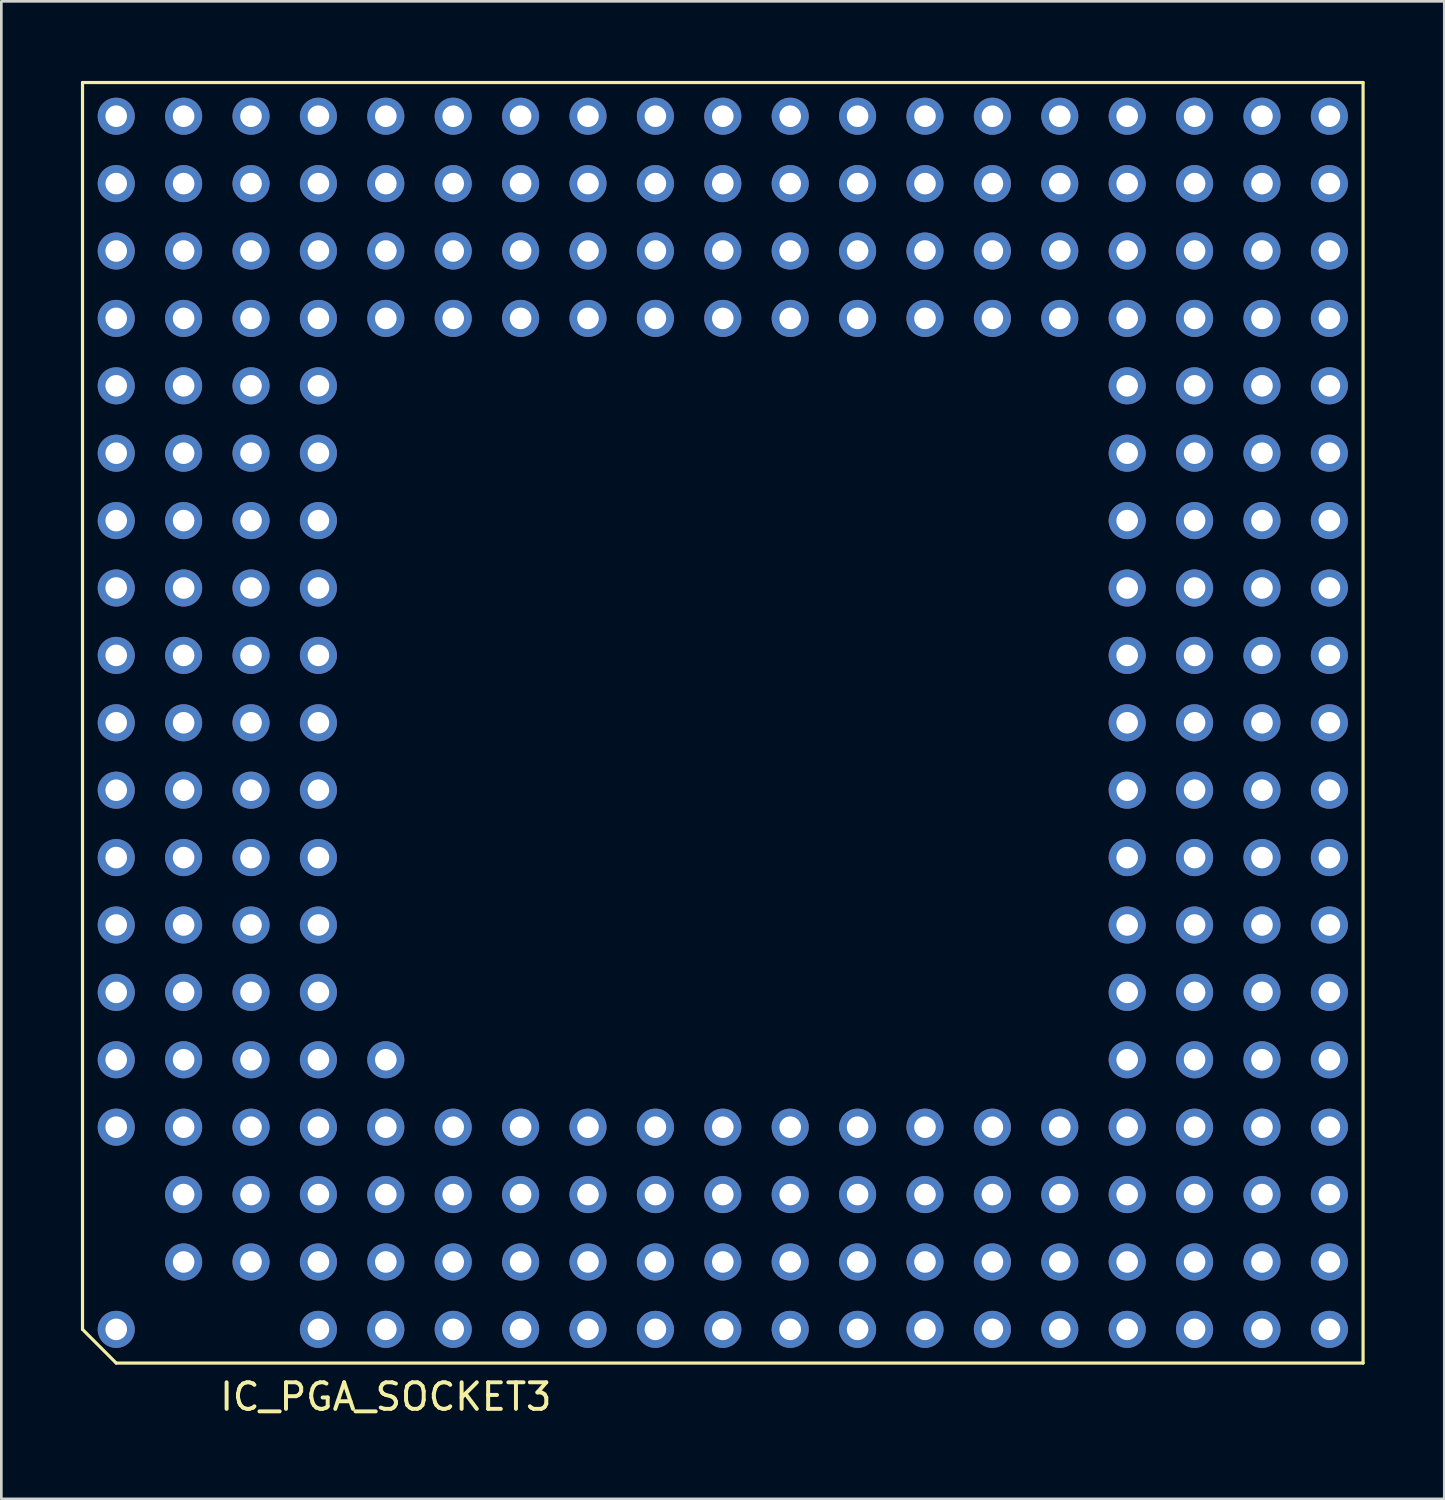
<source format=kicad_pcb>
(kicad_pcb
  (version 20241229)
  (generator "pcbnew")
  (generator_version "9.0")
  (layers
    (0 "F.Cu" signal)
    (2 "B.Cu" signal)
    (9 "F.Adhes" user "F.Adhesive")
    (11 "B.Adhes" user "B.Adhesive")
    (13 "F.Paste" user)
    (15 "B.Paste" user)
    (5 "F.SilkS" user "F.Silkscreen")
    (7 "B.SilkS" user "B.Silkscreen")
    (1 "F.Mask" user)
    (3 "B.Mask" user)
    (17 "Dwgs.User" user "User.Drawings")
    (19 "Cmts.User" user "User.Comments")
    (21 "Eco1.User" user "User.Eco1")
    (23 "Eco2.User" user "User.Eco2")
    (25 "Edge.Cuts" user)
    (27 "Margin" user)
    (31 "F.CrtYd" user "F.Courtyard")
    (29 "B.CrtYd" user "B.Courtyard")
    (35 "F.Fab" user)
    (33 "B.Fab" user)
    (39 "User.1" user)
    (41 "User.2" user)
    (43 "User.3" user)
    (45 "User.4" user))
  (footprint "IC_PGA_SOCKET3"
    (layer "F.Cu")
    (at 24.19 24.19)
    (property "Reference" "IC_PGA_SOCKET3" (at -12.7 25.4 0) (layer "F.SilkS") (effects (font (size 1 1) (thickness 0.15))))
    (attr through_hole)
    (fp_line (start -24.13 -24.13) (end 24.13 -24.13) (stroke (width 0.12) (type solid)) (layer "F.SilkS"))
    (fp_line (start -24.13 22.86) (end -24.13 -24.13) (stroke (width 0.12) (type solid)) (layer "F.SilkS"))
    (fp_line (start -22.86 24.13) (end -24.13 22.86) (stroke (width 0.12) (type solid)) (layer "F.SilkS"))
    (fp_line (start 24.13 -24.13) (end 24.13 24.13) (stroke (width 0.12) (type solid)) (layer "F.SilkS"))
    (fp_line (start 24.13 24.13) (end -22.86 24.13) (stroke (width 0.12) (type solid)) (layer "F.SilkS"))
    (pad "A1" thru_hole circle (at -22.86 22.86 270) (size 1.397 1.397) (drill 0.813) (layers "*.Cu" "*.Mask"))
    (pad "A4" thru_hole circle (at -22.86 15.24 270) (size 1.397 1.397) (drill 0.813) (layers "*.Cu" "*.Mask"))
    (pad "A5" thru_hole circle (at -22.86 12.7 270) (size 1.397 1.397) (drill 0.813) (layers "*.Cu" "*.Mask"))
    (pad "A6" thru_hole circle (at -22.86 10.16 270) (size 1.397 1.397) (drill 0.813) (layers "*.Cu" "*.Mask"))
    (pad "A7" thru_hole circle (at -22.86 7.62 270) (size 1.397 1.397) (drill 0.813) (layers "*.Cu" "*.Mask"))
    (pad "A8" thru_hole circle (at -22.86 5.08 270) (size 1.397 1.397) (drill 0.813) (layers "*.Cu" "*.Mask"))
    (pad "A9" thru_hole circle (at -22.86 2.54 270) (size 1.397 1.397) (drill 0.813) (layers "*.Cu" "*.Mask"))
    (pad "A10" thru_hole circle (at -22.86 0 270) (size 1.397 1.397) (drill 0.813) (layers "*.Cu" "*.Mask"))
    (pad "A11" thru_hole circle (at -22.86 -2.54 270) (size 1.397 1.397) (drill 0.813) (layers "*.Cu" "*.Mask"))
    (pad "A12" thru_hole circle (at -22.86 -5.08 270) (size 1.397 1.397) (drill 0.813) (layers "*.Cu" "*.Mask"))
    (pad "A13" thru_hole circle (at -22.86 -7.62 270) (size 1.397 1.397) (drill 0.813) (layers "*.Cu" "*.Mask"))
    (pad "A14" thru_hole circle (at -22.86 -10.16 270) (size 1.397 1.397) (drill 0.813) (layers "*.Cu" "*.Mask"))
    (pad "A15" thru_hole circle (at -22.86 -12.7 270) (size 1.397 1.397) (drill 0.813) (layers "*.Cu" "*.Mask"))
    (pad "A16" thru_hole circle (at -22.86 -15.24 270) (size 1.397 1.397) (drill 0.813) (layers "*.Cu" "*.Mask"))
    (pad "A17" thru_hole circle (at -22.86 -17.78 270) (size 1.397 1.397) (drill 0.813) (layers "*.Cu" "*.Mask"))
    (pad "A18" thru_hole circle (at -22.86 -20.32 270) (size 1.397 1.397) (drill 0.813) (layers "*.Cu" "*.Mask"))
    (pad "A19" thru_hole circle (at -22.86 -22.86 270) (size 1.397 1.397) (drill 0.813) (layers "*.Cu" "*.Mask"))
    (pad "B2" thru_hole circle (at -20.32 20.32 270) (size 1.397 1.397) (drill 0.813) (layers "*.Cu" "*.Mask"))
    (pad "B3" thru_hole circle (at -20.32 17.78 270) (size 1.397 1.397) (drill 0.813) (layers "*.Cu" "*.Mask"))
    (pad "B4" thru_hole circle (at -20.32 15.24 270) (size 1.397 1.397) (drill 0.813) (layers "*.Cu" "*.Mask"))
    (pad "B5" thru_hole circle (at -20.32 12.7 270) (size 1.397 1.397) (drill 0.813) (layers "*.Cu" "*.Mask"))
    (pad "B6" thru_hole circle (at -20.32 10.16 270) (size 1.397 1.397) (drill 0.813) (layers "*.Cu" "*.Mask"))
    (pad "B7" thru_hole circle (at -20.32 7.62 270) (size 1.397 1.397) (drill 0.813) (layers "*.Cu" "*.Mask"))
    (pad "B8" thru_hole circle (at -20.32 5.08 270) (size 1.397 1.397) (drill 0.813) (layers "*.Cu" "*.Mask"))
    (pad "B9" thru_hole circle (at -20.32 2.54 270) (size 1.397 1.397) (drill 0.813) (layers "*.Cu" "*.Mask"))
    (pad "B10" thru_hole circle (at -20.32 0 270) (size 1.397 1.397) (drill 0.813) (layers "*.Cu" "*.Mask"))
    (pad "B11" thru_hole circle (at -20.32 -2.54 270) (size 1.397 1.397) (drill 0.813) (layers "*.Cu" "*.Mask"))
    (pad "B12" thru_hole circle (at -20.32 -5.08 270) (size 1.397 1.397) (drill 0.813) (layers "*.Cu" "*.Mask"))
    (pad "B13" thru_hole circle (at -20.32 -7.62 270) (size 1.397 1.397) (drill 0.813) (layers "*.Cu" "*.Mask"))
    (pad "B14" thru_hole circle (at -20.32 -10.16 270) (size 1.397 1.397) (drill 0.813) (layers "*.Cu" "*.Mask"))
    (pad "B15" thru_hole circle (at -20.32 -12.7 270) (size 1.397 1.397) (drill 0.813) (layers "*.Cu" "*.Mask"))
    (pad "B16" thru_hole circle (at -20.32 -15.24 270) (size 1.397 1.397) (drill 0.813) (layers "*.Cu" "*.Mask"))
    (pad "B17" thru_hole circle (at -20.32 -17.78 270) (size 1.397 1.397) (drill 0.813) (layers "*.Cu" "*.Mask"))
    (pad "B18" thru_hole circle (at -20.32 -20.32 270) (size 1.397 1.397) (drill 0.813) (layers "*.Cu" "*.Mask"))
    (pad "B19" thru_hole circle (at -20.32 -22.86 270) (size 1.397 1.397) (drill 0.813) (layers "*.Cu" "*.Mask"))
    (pad "C2" thru_hole circle (at -17.78 20.32 270) (size 1.397 1.397) (drill 0.813) (layers "*.Cu" "*.Mask"))
    (pad "C3" thru_hole circle (at -17.78 17.78 270) (size 1.397 1.397) (drill 0.813) (layers "*.Cu" "*.Mask"))
    (pad "C4" thru_hole circle (at -17.78 15.24 270) (size 1.397 1.397) (drill 0.813) (layers "*.Cu" "*.Mask"))
    (pad "C5" thru_hole circle (at -17.78 12.7 270) (size 1.397 1.397) (drill 0.813) (layers "*.Cu" "*.Mask"))
    (pad "C6" thru_hole circle (at -17.78 10.16 270) (size 1.397 1.397) (drill 0.813) (layers "*.Cu" "*.Mask"))
    (pad "C7" thru_hole circle (at -17.78 7.62 270) (size 1.397 1.397) (drill 0.813) (layers "*.Cu" "*.Mask"))
    (pad "C8" thru_hole circle (at -17.78 5.08 270) (size 1.397 1.397) (drill 0.813) (layers "*.Cu" "*.Mask"))
    (pad "C9" thru_hole circle (at -17.78 2.54 270) (size 1.397 1.397) (drill 0.813) (layers "*.Cu" "*.Mask"))
    (pad "C10" thru_hole circle (at -17.78 0 270) (size 1.397 1.397) (drill 0.813) (layers "*.Cu" "*.Mask"))
    (pad "C11" thru_hole circle (at -17.78 -2.54 270) (size 1.397 1.397) (drill 0.813) (layers "*.Cu" "*.Mask"))
    (pad "C12" thru_hole circle (at -17.78 -5.08 270) (size 1.397 1.397) (drill 0.813) (layers "*.Cu" "*.Mask"))
    (pad "C13" thru_hole circle (at -17.78 -7.62 270) (size 1.397 1.397) (drill 0.813) (layers "*.Cu" "*.Mask"))
    (pad "C14" thru_hole circle (at -17.78 -10.16 270) (size 1.397 1.397) (drill 0.813) (layers "*.Cu" "*.Mask"))
    (pad "C15" thru_hole circle (at -17.78 -12.7 270) (size 1.397 1.397) (drill 0.813) (layers "*.Cu" "*.Mask"))
    (pad "C16" thru_hole circle (at -17.78 -15.24 270) (size 1.397 1.397) (drill 0.813) (layers "*.Cu" "*.Mask"))
    (pad "C17" thru_hole circle (at -17.78 -17.78 270) (size 1.397 1.397) (drill 0.813) (layers "*.Cu" "*.Mask"))
    (pad "C18" thru_hole circle (at -17.78 -20.32 270) (size 1.397 1.397) (drill 0.813) (layers "*.Cu" "*.Mask"))
    (pad "C19" thru_hole circle (at -17.78 -22.86 270) (size 1.397 1.397) (drill 0.813) (layers "*.Cu" "*.Mask"))
    (pad "D1" thru_hole circle (at -15.24 22.86 270) (size 1.397 1.397) (drill 0.813) (layers "*.Cu" "*.Mask"))
    (pad "D2" thru_hole circle (at -15.24 20.32 270) (size 1.397 1.397) (drill 0.813) (layers "*.Cu" "*.Mask"))
    (pad "D3" thru_hole circle (at -15.24 17.78 270) (size 1.397 1.397) (drill 0.813) (layers "*.Cu" "*.Mask"))
    (pad "D4" thru_hole circle (at -15.24 15.24 270) (size 1.397 1.397) (drill 0.813) (layers "*.Cu" "*.Mask"))
    (pad "D5" thru_hole circle (at -15.24 12.7 270) (size 1.397 1.397) (drill 0.813) (layers "*.Cu" "*.Mask"))
    (pad "D6" thru_hole circle (at -15.24 10.16 270) (size 1.397 1.397) (drill 0.813) (layers "*.Cu" "*.Mask"))
    (pad "D7" thru_hole circle (at -15.24 7.62 270) (size 1.397 1.397) (drill 0.813) (layers "*.Cu" "*.Mask"))
    (pad "D8" thru_hole circle (at -15.24 5.08 270) (size 1.397 1.397) (drill 0.813) (layers "*.Cu" "*.Mask"))
    (pad "D9" thru_hole circle (at -15.24 2.54 270) (size 1.397 1.397) (drill 0.813) (layers "*.Cu" "*.Mask"))
    (pad "D10" thru_hole circle (at -15.24 0 270) (size 1.397 1.397) (drill 0.813) (layers "*.Cu" "*.Mask"))
    (pad "D11" thru_hole circle (at -15.24 -2.54 270) (size 1.397 1.397) (drill 0.813) (layers "*.Cu" "*.Mask"))
    (pad "D12" thru_hole circle (at -15.24 -5.08 270) (size 1.397 1.397) (drill 0.813) (layers "*.Cu" "*.Mask"))
    (pad "D13" thru_hole circle (at -15.24 -7.62 270) (size 1.397 1.397) (drill 0.813) (layers "*.Cu" "*.Mask"))
    (pad "D14" thru_hole circle (at -15.24 -10.16 270) (size 1.397 1.397) (drill 0.813) (layers "*.Cu" "*.Mask"))
    (pad "D15" thru_hole circle (at -15.24 -12.7 270) (size 1.397 1.397) (drill 0.813) (layers "*.Cu" "*.Mask"))
    (pad "D16" thru_hole circle (at -15.24 -15.24 270) (size 1.397 1.397) (drill 0.813) (layers "*.Cu" "*.Mask"))
    (pad "D17" thru_hole circle (at -15.24 -17.78 270) (size 1.397 1.397) (drill 0.813) (layers "*.Cu" "*.Mask"))
    (pad "D18" thru_hole circle (at -15.24 -20.32 270) (size 1.397 1.397) (drill 0.813) (layers "*.Cu" "*.Mask"))
    (pad "D19" thru_hole circle (at -15.24 -22.86 270) (size 1.397 1.397) (drill 0.813) (layers "*.Cu" "*.Mask"))
    (pad "E1" thru_hole circle (at -12.7 22.86 270) (size 1.397 1.397) (drill 0.813) (layers "*.Cu" "*.Mask"))
    (pad "E2" thru_hole circle (at -12.7 20.32 270) (size 1.397 1.397) (drill 0.813) (layers "*.Cu" "*.Mask"))
    (pad "E3" thru_hole circle (at -12.7 17.78 270) (size 1.397 1.397) (drill 0.813) (layers "*.Cu" "*.Mask"))
    (pad "E4" thru_hole circle (at -12.7 15.24 270) (size 1.397 1.397) (drill 0.813) (layers "*.Cu" "*.Mask"))
    (pad "E5" thru_hole circle (at -12.7 12.7 270) (size 1.397 1.397) (drill 0.813) (layers "*.Cu" "*.Mask"))
    (pad "E16" thru_hole circle (at -12.7 -15.24 270) (size 1.397 1.397) (drill 0.813) (layers "*.Cu" "*.Mask"))
    (pad "E17" thru_hole circle (at -12.7 -17.78 270) (size 1.397 1.397) (drill 0.813) (layers "*.Cu" "*.Mask"))
    (pad "E18" thru_hole circle (at -12.7 -20.32 270) (size 1.397 1.397) (drill 0.813) (layers "*.Cu" "*.Mask"))
    (pad "E19" thru_hole circle (at -12.7 -22.86 270) (size 1.397 1.397) (drill 0.813) (layers "*.Cu" "*.Mask"))
    (pad "F1" thru_hole circle (at -10.16 22.86 270) (size 1.397 1.397) (drill 0.813) (layers "*.Cu" "*.Mask"))
    (pad "F2" thru_hole circle (at -10.16 20.32 270) (size 1.397 1.397) (drill 0.813) (layers "*.Cu" "*.Mask"))
    (pad "F3" thru_hole circle (at -10.16 17.78 270) (size 1.397 1.397) (drill 0.813) (layers "*.Cu" "*.Mask"))
    (pad "F4" thru_hole circle (at -10.16 15.24 270) (size 1.397 1.397) (drill 0.813) (layers "*.Cu" "*.Mask"))
    (pad "F16" thru_hole circle (at -10.16 -15.24 270) (size 1.397 1.397) (drill 0.813) (layers "*.Cu" "*.Mask"))
    (pad "F17" thru_hole circle (at -10.16 -17.78 270) (size 1.397 1.397) (drill 0.813) (layers "*.Cu" "*.Mask"))
    (pad "F18" thru_hole circle (at -10.16 -20.32 270) (size 1.397 1.397) (drill 0.813) (layers "*.Cu" "*.Mask"))
    (pad "F19" thru_hole circle (at -10.16 -22.86 270) (size 1.397 1.397) (drill 0.813) (layers "*.Cu" "*.Mask"))
    (pad "G1" thru_hole circle (at -7.62 22.86 270) (size 1.397 1.397) (drill 0.813) (layers "*.Cu" "*.Mask"))
    (pad "G2" thru_hole circle (at -7.62 20.32 270) (size 1.397 1.397) (drill 0.813) (layers "*.Cu" "*.Mask"))
    (pad "G3" thru_hole circle (at -7.62 17.78 270) (size 1.397 1.397) (drill 0.813) (layers "*.Cu" "*.Mask"))
    (pad "G4" thru_hole circle (at -7.62 15.24 270) (size 1.397 1.397) (drill 0.813) (layers "*.Cu" "*.Mask"))
    (pad "G16" thru_hole circle (at -7.62 -15.24 270) (size 1.397 1.397) (drill 0.813) (layers "*.Cu" "*.Mask"))
    (pad "G17" thru_hole circle (at -7.62 -17.78 270) (size 1.397 1.397) (drill 0.813) (layers "*.Cu" "*.Mask"))
    (pad "G18" thru_hole circle (at -7.62 -20.32 270) (size 1.397 1.397) (drill 0.813) (layers "*.Cu" "*.Mask"))
    (pad "G19" thru_hole circle (at -7.62 -22.86 270) (size 1.397 1.397) (drill 0.813) (layers "*.Cu" "*.Mask"))
    (pad "H1" thru_hole circle (at -5.08 22.86 270) (size 1.397 1.397) (drill 0.813) (layers "*.Cu" "*.Mask"))
    (pad "H2" thru_hole circle (at -5.08 20.32 270) (size 1.397 1.397) (drill 0.813) (layers "*.Cu" "*.Mask"))
    (pad "H3" thru_hole circle (at -5.08 17.78 270) (size 1.397 1.397) (drill 0.813) (layers "*.Cu" "*.Mask"))
    (pad "H4" thru_hole circle (at -5.08 15.24 270) (size 1.397 1.397) (drill 0.813) (layers "*.Cu" "*.Mask"))
    (pad "H16" thru_hole circle (at -5.08 -15.24 270) (size 1.397 1.397) (drill 0.813) (layers "*.Cu" "*.Mask"))
    (pad "H17" thru_hole circle (at -5.08 -17.78 270) (size 1.397 1.397) (drill 0.813) (layers "*.Cu" "*.Mask"))
    (pad "H18" thru_hole circle (at -5.08 -20.32 270) (size 1.397 1.397) (drill 0.813) (layers "*.Cu" "*.Mask"))
    (pad "H19" thru_hole circle (at -5.08 -22.86 270) (size 1.397 1.397) (drill 0.813) (layers "*.Cu" "*.Mask"))
    (pad "J1" thru_hole circle (at -2.54 22.86 270) (size 1.397 1.397) (drill 0.813) (layers "*.Cu" "*.Mask"))
    (pad "J2" thru_hole circle (at -2.54 20.32 270) (size 1.397 1.397) (drill 0.813) (layers "*.Cu" "*.Mask"))
    (pad "J3" thru_hole circle (at -2.54 17.78 270) (size 1.397 1.397) (drill 0.813) (layers "*.Cu" "*.Mask"))
    (pad "J4" thru_hole circle (at -2.54 15.24 270) (size 1.397 1.397) (drill 0.813) (layers "*.Cu" "*.Mask"))
    (pad "J16" thru_hole circle (at -2.54 -15.24 270) (size 1.397 1.397) (drill 0.813) (layers "*.Cu" "*.Mask"))
    (pad "J17" thru_hole circle (at -2.54 -17.78 270) (size 1.397 1.397) (drill 0.813) (layers "*.Cu" "*.Mask"))
    (pad "J18" thru_hole circle (at -2.54 -20.32 270) (size 1.397 1.397) (drill 0.813) (layers "*.Cu" "*.Mask"))
    (pad "J19" thru_hole circle (at -2.54 -22.86 270) (size 1.397 1.397) (drill 0.813) (layers "*.Cu" "*.Mask"))
    (pad "K1" thru_hole circle (at 0 22.86 270) (size 1.397 1.397) (drill 0.813) (layers "*.Cu" "*.Mask"))
    (pad "K2" thru_hole circle (at 0 20.32 270) (size 1.397 1.397) (drill 0.813) (layers "*.Cu" "*.Mask"))
    (pad "K3" thru_hole circle (at 0 17.78 270) (size 1.397 1.397) (drill 0.813) (layers "*.Cu" "*.Mask"))
    (pad "K4" thru_hole circle (at 0 15.24 270) (size 1.397 1.397) (drill 0.813) (layers "*.Cu" "*.Mask"))
    (pad "K16" thru_hole circle (at 0 -15.24 270) (size 1.397 1.397) (drill 0.813) (layers "*.Cu" "*.Mask"))
    (pad "K17" thru_hole circle (at 0 -17.78 270) (size 1.397 1.397) (drill 0.813) (layers "*.Cu" "*.Mask"))
    (pad "K18" thru_hole circle (at 0 -20.32 270) (size 1.397 1.397) (drill 0.813) (layers "*.Cu" "*.Mask"))
    (pad "K19" thru_hole circle (at 0 -22.86 270) (size 1.397 1.397) (drill 0.813) (layers "*.Cu" "*.Mask"))
    (pad "L1" thru_hole circle (at 2.54 22.86 270) (size 1.397 1.397) (drill 0.813) (layers "*.Cu" "*.Mask"))
    (pad "L2" thru_hole circle (at 2.54 20.32 270) (size 1.397 1.397) (drill 0.813) (layers "*.Cu" "*.Mask"))
    (pad "L3" thru_hole circle (at 2.54 17.78 270) (size 1.397 1.397) (drill 0.813) (layers "*.Cu" "*.Mask"))
    (pad "L4" thru_hole circle (at 2.54 15.24 270) (size 1.397 1.397) (drill 0.813) (layers "*.Cu" "*.Mask"))
    (pad "L16" thru_hole circle (at 2.54 -15.24 270) (size 1.397 1.397) (drill 0.813) (layers "*.Cu" "*.Mask"))
    (pad "L17" thru_hole circle (at 2.54 -17.78 270) (size 1.397 1.397) (drill 0.813) (layers "*.Cu" "*.Mask"))
    (pad "L18" thru_hole circle (at 2.54 -20.32 270) (size 1.397 1.397) (drill 0.813) (layers "*.Cu" "*.Mask"))
    (pad "L19" thru_hole circle (at 2.54 -22.86 270) (size 1.397 1.397) (drill 0.813) (layers "*.Cu" "*.Mask"))
    (pad "M1" thru_hole circle (at 5.08 22.86 270) (size 1.397 1.397) (drill 0.813) (layers "*.Cu" "*.Mask"))
    (pad "M2" thru_hole circle (at 5.08 20.32 270) (size 1.397 1.397) (drill 0.813) (layers "*.Cu" "*.Mask"))
    (pad "M3" thru_hole circle (at 5.08 17.78 270) (size 1.397 1.397) (drill 0.813) (layers "*.Cu" "*.Mask"))
    (pad "M4" thru_hole circle (at 5.08 15.24 270) (size 1.397 1.397) (drill 0.813) (layers "*.Cu" "*.Mask"))
    (pad "M16" thru_hole circle (at 5.08 -15.24 270) (size 1.397 1.397) (drill 0.813) (layers "*.Cu" "*.Mask"))
    (pad "M17" thru_hole circle (at 5.08 -17.78 270) (size 1.397 1.397) (drill 0.813) (layers "*.Cu" "*.Mask"))
    (pad "M18" thru_hole circle (at 5.08 -20.32 270) (size 1.397 1.397) (drill 0.813) (layers "*.Cu" "*.Mask"))
    (pad "M19" thru_hole circle (at 5.08 -22.86 270) (size 1.397 1.397) (drill 0.813) (layers "*.Cu" "*.Mask"))
    (pad "N1" thru_hole circle (at 7.62 22.86 270) (size 1.397 1.397) (drill 0.813) (layers "*.Cu" "*.Mask"))
    (pad "N2" thru_hole circle (at 7.62 20.32 270) (size 1.397 1.397) (drill 0.813) (layers "*.Cu" "*.Mask"))
    (pad "N3" thru_hole circle (at 7.62 17.78 270) (size 1.397 1.397) (drill 0.813) (layers "*.Cu" "*.Mask"))
    (pad "N4" thru_hole circle (at 7.62 15.24 270) (size 1.397 1.397) (drill 0.813) (layers "*.Cu" "*.Mask"))
    (pad "N16" thru_hole circle (at 7.62 -15.24 270) (size 1.397 1.397) (drill 0.813) (layers "*.Cu" "*.Mask"))
    (pad "N17" thru_hole circle (at 7.62 -17.78 270) (size 1.397 1.397) (drill 0.813) (layers "*.Cu" "*.Mask"))
    (pad "N18" thru_hole circle (at 7.62 -20.32 270) (size 1.397 1.397) (drill 0.813) (layers "*.Cu" "*.Mask"))
    (pad "N19" thru_hole circle (at 7.62 -22.86 270) (size 1.397 1.397) (drill 0.813) (layers "*.Cu" "*.Mask"))
    (pad "P1" thru_hole circle (at 10.16 22.86 270) (size 1.397 1.397) (drill 0.813) (layers "*.Cu" "*.Mask"))
    (pad "P2" thru_hole circle (at 10.16 20.32 270) (size 1.397 1.397) (drill 0.813) (layers "*.Cu" "*.Mask"))
    (pad "P3" thru_hole circle (at 10.16 17.78 270) (size 1.397 1.397) (drill 0.813) (layers "*.Cu" "*.Mask"))
    (pad "P4" thru_hole circle (at 10.16 15.24 270) (size 1.397 1.397) (drill 0.813) (layers "*.Cu" "*.Mask"))
    (pad "P16" thru_hole circle (at 10.16 -15.24 270) (size 1.397 1.397) (drill 0.813) (layers "*.Cu" "*.Mask"))
    (pad "P17" thru_hole circle (at 10.16 -17.78 270) (size 1.397 1.397) (drill 0.813) (layers "*.Cu" "*.Mask"))
    (pad "P18" thru_hole circle (at 10.16 -20.32 270) (size 1.397 1.397) (drill 0.813) (layers "*.Cu" "*.Mask"))
    (pad "P19" thru_hole circle (at 10.16 -22.86 270) (size 1.397 1.397) (drill 0.813) (layers "*.Cu" "*.Mask"))
    (pad "Q1" thru_hole circle (at 12.7 22.86 270) (size 1.397 1.397) (drill 0.813) (layers "*.Cu" "*.Mask"))
    (pad "Q2" thru_hole circle (at 12.7 20.32 270) (size 1.397 1.397) (drill 0.813) (layers "*.Cu" "*.Mask"))
    (pad "Q3" thru_hole circle (at 12.7 17.78 270) (size 1.397 1.397) (drill 0.813) (layers "*.Cu" "*.Mask"))
    (pad "Q4" thru_hole circle (at 12.7 15.24 270) (size 1.397 1.397) (drill 0.813) (layers "*.Cu" "*.Mask"))
    (pad "Q16" thru_hole circle (at 12.7 -15.24 270) (size 1.397 1.397) (drill 0.813) (layers "*.Cu" "*.Mask"))
    (pad "Q17" thru_hole circle (at 12.7 -17.78 270) (size 1.397 1.397) (drill 0.813) (layers "*.Cu" "*.Mask"))
    (pad "Q18" thru_hole circle (at 12.7 -20.32 270) (size 1.397 1.397) (drill 0.813) (layers "*.Cu" "*.Mask"))
    (pad "Q19" thru_hole circle (at 12.7 -22.86 270) (size 1.397 1.397) (drill 0.813) (layers "*.Cu" "*.Mask"))
    (pad "R1" thru_hole circle (at 15.24 22.86 270) (size 1.397 1.397) (drill 0.813) (layers "*.Cu" "*.Mask"))
    (pad "R2" thru_hole circle (at 15.24 20.32 270) (size 1.397 1.397) (drill 0.813) (layers "*.Cu" "*.Mask"))
    (pad "R3" thru_hole circle (at 15.24 17.78 270) (size 1.397 1.397) (drill 0.813) (layers "*.Cu" "*.Mask"))
    (pad "R4" thru_hole circle (at 15.24 15.24 270) (size 1.397 1.397) (drill 0.813) (layers "*.Cu" "*.Mask"))
    (pad "R5" thru_hole circle (at 15.24 12.7 270) (size 1.397 1.397) (drill 0.813) (layers "*.Cu" "*.Mask"))
    (pad "R6" thru_hole circle (at 15.24 10.16 270) (size 1.397 1.397) (drill 0.813) (layers "*.Cu" "*.Mask"))
    (pad "R7" thru_hole circle (at 15.24 7.62 270) (size 1.397 1.397) (drill 0.813) (layers "*.Cu" "*.Mask"))
    (pad "R8" thru_hole circle (at 15.24 5.08 270) (size 1.397 1.397) (drill 0.813) (layers "*.Cu" "*.Mask"))
    (pad "R9" thru_hole circle (at 15.24 2.54 270) (size 1.397 1.397) (drill 0.813) (layers "*.Cu" "*.Mask"))
    (pad "R10" thru_hole circle (at 15.24 0 270) (size 1.397 1.397) (drill 0.813) (layers "*.Cu" "*.Mask"))
    (pad "R11" thru_hole circle (at 15.24 -2.54 270) (size 1.397 1.397) (drill 0.813) (layers "*.Cu" "*.Mask"))
    (pad "R12" thru_hole circle (at 15.24 -5.08 270) (size 1.397 1.397) (drill 0.813) (layers "*.Cu" "*.Mask"))
    (pad "R13" thru_hole circle (at 15.24 -7.62 270) (size 1.397 1.397) (drill 0.813) (layers "*.Cu" "*.Mask"))
    (pad "R14" thru_hole circle (at 15.24 -10.16 270) (size 1.397 1.397) (drill 0.813) (layers "*.Cu" "*.Mask"))
    (pad "R15" thru_hole circle (at 15.24 -12.7 270) (size 1.397 1.397) (drill 0.813) (layers "*.Cu" "*.Mask"))
    (pad "R16" thru_hole circle (at 15.24 -15.24 270) (size 1.397 1.397) (drill 0.813) (layers "*.Cu" "*.Mask"))
    (pad "R17" thru_hole circle (at 15.24 -17.78 270) (size 1.397 1.397) (drill 0.813) (layers "*.Cu" "*.Mask"))
    (pad "R18" thru_hole circle (at 15.24 -20.32 270) (size 1.397 1.397) (drill 0.813) (layers "*.Cu" "*.Mask"))
    (pad "R19" thru_hole circle (at 15.24 -22.86 270) (size 1.397 1.397) (drill 0.813) (layers "*.Cu" "*.Mask"))
    (pad "S1" thru_hole circle (at 17.78 22.86 270) (size 1.397 1.397) (drill 0.813) (layers "*.Cu" "*.Mask"))
    (pad "S2" thru_hole circle (at 17.78 20.32 270) (size 1.397 1.397) (drill 0.813) (layers "*.Cu" "*.Mask"))
    (pad "S3" thru_hole circle (at 17.78 17.78 270) (size 1.397 1.397) (drill 0.813) (layers "*.Cu" "*.Mask"))
    (pad "S4" thru_hole circle (at 17.78 15.24 270) (size 1.397 1.397) (drill 0.813) (layers "*.Cu" "*.Mask"))
    (pad "S5" thru_hole circle (at 17.78 12.7 270) (size 1.397 1.397) (drill 0.813) (layers "*.Cu" "*.Mask"))
    (pad "S6" thru_hole circle (at 17.78 10.16 270) (size 1.397 1.397) (drill 0.813) (layers "*.Cu" "*.Mask"))
    (pad "S7" thru_hole circle (at 17.78 7.62 270) (size 1.397 1.397) (drill 0.813) (layers "*.Cu" "*.Mask"))
    (pad "S8" thru_hole circle (at 17.78 5.08 270) (size 1.397 1.397) (drill 0.813) (layers "*.Cu" "*.Mask"))
    (pad "S9" thru_hole circle (at 17.78 2.54 270) (size 1.397 1.397) (drill 0.813) (layers "*.Cu" "*.Mask"))
    (pad "S10" thru_hole circle (at 17.78 0 270) (size 1.397 1.397) (drill 0.813) (layers "*.Cu" "*.Mask"))
    (pad "S11" thru_hole circle (at 17.78 -2.54 270) (size 1.397 1.397) (drill 0.813) (layers "*.Cu" "*.Mask"))
    (pad "S12" thru_hole circle (at 17.78 -5.08 270) (size 1.397 1.397) (drill 0.813) (layers "*.Cu" "*.Mask"))
    (pad "S13" thru_hole circle (at 17.78 -7.62 270) (size 1.397 1.397) (drill 0.813) (layers "*.Cu" "*.Mask"))
    (pad "S14" thru_hole circle (at 17.78 -10.16 270) (size 1.397 1.397) (drill 0.813) (layers "*.Cu" "*.Mask"))
    (pad "S15" thru_hole circle (at 17.78 -12.7 270) (size 1.397 1.397) (drill 0.813) (layers "*.Cu" "*.Mask"))
    (pad "S16" thru_hole circle (at 17.78 -15.24 270) (size 1.397 1.397) (drill 0.813) (layers "*.Cu" "*.Mask"))
    (pad "S17" thru_hole circle (at 17.78 -17.78 270) (size 1.397 1.397) (drill 0.813) (layers "*.Cu" "*.Mask"))
    (pad "S18" thru_hole circle (at 17.78 -20.32 270) (size 1.397 1.397) (drill 0.813) (layers "*.Cu" "*.Mask"))
    (pad "S19" thru_hole circle (at 17.78 -22.86 270) (size 1.397 1.397) (drill 0.813) (layers "*.Cu" "*.Mask"))
    (pad "T1" thru_hole circle (at 20.32 22.86 270) (size 1.397 1.397) (drill 0.813) (layers "*.Cu" "*.Mask"))
    (pad "T2" thru_hole circle (at 20.32 20.32 270) (size 1.397 1.397) (drill 0.813) (layers "*.Cu" "*.Mask"))
    (pad "T3" thru_hole circle (at 20.32 17.78 270) (size 1.397 1.397) (drill 0.813) (layers "*.Cu" "*.Mask"))
    (pad "T4" thru_hole circle (at 20.32 15.24 270) (size 1.397 1.397) (drill 0.813) (layers "*.Cu" "*.Mask"))
    (pad "T5" thru_hole circle (at 20.32 12.7 270) (size 1.397 1.397) (drill 0.813) (layers "*.Cu" "*.Mask"))
    (pad "T6" thru_hole circle (at 20.32 10.16 270) (size 1.397 1.397) (drill 0.813) (layers "*.Cu" "*.Mask"))
    (pad "T7" thru_hole circle (at 20.32 7.62 270) (size 1.397 1.397) (drill 0.813) (layers "*.Cu" "*.Mask"))
    (pad "T8" thru_hole circle (at 20.32 5.08 270) (size 1.397 1.397) (drill 0.813) (layers "*.Cu" "*.Mask"))
    (pad "T9" thru_hole circle (at 20.32 2.54 270) (size 1.397 1.397) (drill 0.813) (layers "*.Cu" "*.Mask"))
    (pad "T10" thru_hole circle (at 20.32 0 270) (size 1.397 1.397) (drill 0.813) (layers "*.Cu" "*.Mask"))
    (pad "T11" thru_hole circle (at 20.32 -2.54 270) (size 1.397 1.397) (drill 0.813) (layers "*.Cu" "*.Mask"))
    (pad "T12" thru_hole circle (at 20.32 -5.08 270) (size 1.397 1.397) (drill 0.813) (layers "*.Cu" "*.Mask"))
    (pad "T13" thru_hole circle (at 20.32 -7.62 270) (size 1.397 1.397) (drill 0.813) (layers "*.Cu" "*.Mask"))
    (pad "T14" thru_hole circle (at 20.32 -10.16 270) (size 1.397 1.397) (drill 0.813) (layers "*.Cu" "*.Mask"))
    (pad "T15" thru_hole circle (at 20.32 -12.7 270) (size 1.397 1.397) (drill 0.813) (layers "*.Cu" "*.Mask"))
    (pad "T16" thru_hole circle (at 20.32 -15.24 270) (size 1.397 1.397) (drill 0.813) (layers "*.Cu" "*.Mask"))
    (pad "T17" thru_hole circle (at 20.32 -17.78 270) (size 1.397 1.397) (drill 0.813) (layers "*.Cu" "*.Mask"))
    (pad "T18" thru_hole circle (at 20.32 -20.32 270) (size 1.397 1.397) (drill 0.813) (layers "*.Cu" "*.Mask"))
    (pad "T19" thru_hole circle (at 20.32 -22.86 270) (size 1.397 1.397) (drill 0.813) (layers "*.Cu" "*.Mask"))
    (pad "U1" thru_hole circle (at 22.86 22.86 270) (size 1.397 1.397) (drill 0.813) (layers "*.Cu" "*.Mask"))
    (pad "U2" thru_hole circle (at 22.86 20.32 270) (size 1.397 1.397) (drill 0.813) (layers "*.Cu" "*.Mask"))
    (pad "U3" thru_hole circle (at 22.86 17.78 270) (size 1.397 1.397) (drill 0.813) (layers "*.Cu" "*.Mask"))
    (pad "U4" thru_hole circle (at 22.86 15.24 270) (size 1.397 1.397) (drill 0.813) (layers "*.Cu" "*.Mask"))
    (pad "U5" thru_hole circle (at 22.86 12.7 270) (size 1.397 1.397) (drill 0.813) (layers "*.Cu" "*.Mask"))
    (pad "U6" thru_hole circle (at 22.86 10.16 270) (size 1.397 1.397) (drill 0.813) (layers "*.Cu" "*.Mask"))
    (pad "U7" thru_hole circle (at 22.86 7.62 270) (size 1.397 1.397) (drill 0.813) (layers "*.Cu" "*.Mask"))
    (pad "U8" thru_hole circle (at 22.86 5.08 270) (size 1.397 1.397) (drill 0.813) (layers "*.Cu" "*.Mask"))
    (pad "U9" thru_hole circle (at 22.86 2.54 270) (size 1.397 1.397) (drill 0.813) (layers "*.Cu" "*.Mask"))
    (pad "U10" thru_hole circle (at 22.86 0 270) (size 1.397 1.397) (drill 0.813) (layers "*.Cu" "*.Mask"))
    (pad "U11" thru_hole circle (at 22.86 -2.54 270) (size 1.397 1.397) (drill 0.813) (layers "*.Cu" "*.Mask"))
    (pad "U12" thru_hole circle (at 22.86 -5.08 270) (size 1.397 1.397) (drill 0.813) (layers "*.Cu" "*.Mask"))
    (pad "U13" thru_hole circle (at 22.86 -7.62 270) (size 1.397 1.397) (drill 0.813) (layers "*.Cu" "*.Mask"))
    (pad "U14" thru_hole circle (at 22.86 -10.16 270) (size 1.397 1.397) (drill 0.813) (layers "*.Cu" "*.Mask"))
    (pad "U15" thru_hole circle (at 22.86 -12.7 270) (size 1.397 1.397) (drill 0.813) (layers "*.Cu" "*.Mask"))
    (pad "U16" thru_hole circle (at 22.86 -15.24 270) (size 1.397 1.397) (drill 0.813) (layers "*.Cu" "*.Mask"))
    (pad "U17" thru_hole circle (at 22.86 -17.78 270) (size 1.397 1.397) (drill 0.813) (layers "*.Cu" "*.Mask"))
    (pad "U18" thru_hole circle (at 22.86 -20.32 270) (size 1.397 1.397) (drill 0.813) (layers "*.Cu" "*.Mask"))
    (pad "U19" thru_hole circle (at 22.86 -22.86 270) (size 1.397 1.397) (drill 0.813) (layers "*.Cu" "*.Mask")))
  (gr_rect
    (start -3 -3)
    (end 51.38 53.438)
    (stroke (width 0.1) (type default))
    (fill no)
    (layer "Edge.Cuts")))
</source>
